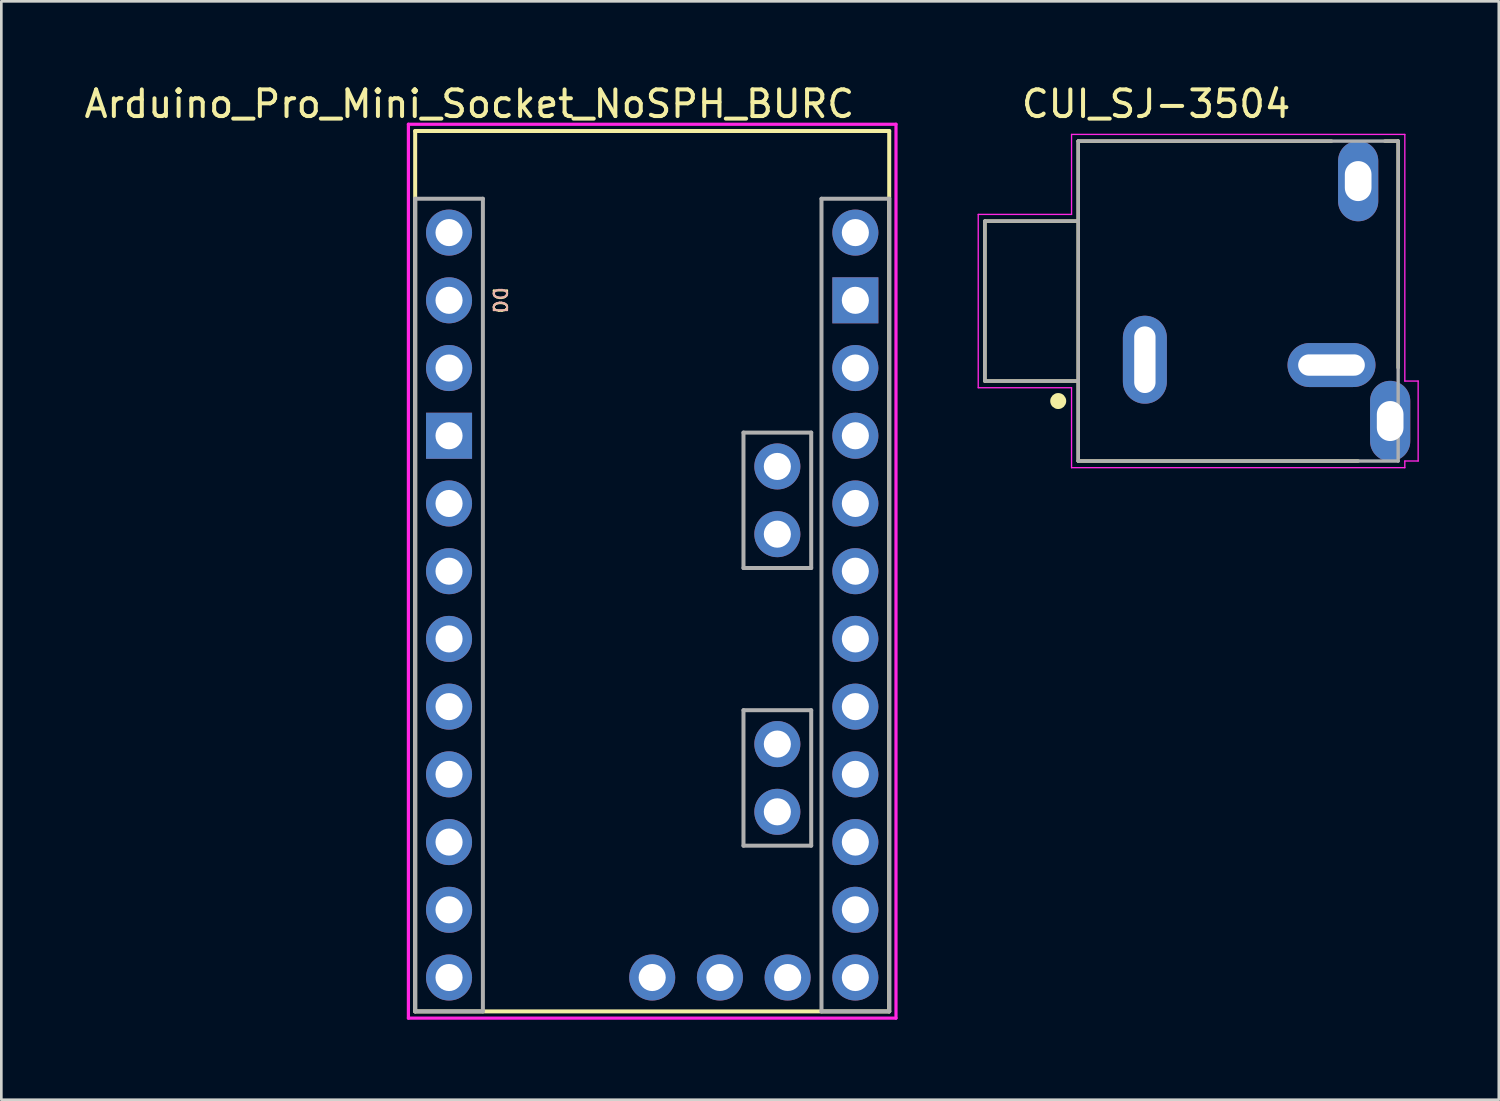
<source format=kicad_pcb>
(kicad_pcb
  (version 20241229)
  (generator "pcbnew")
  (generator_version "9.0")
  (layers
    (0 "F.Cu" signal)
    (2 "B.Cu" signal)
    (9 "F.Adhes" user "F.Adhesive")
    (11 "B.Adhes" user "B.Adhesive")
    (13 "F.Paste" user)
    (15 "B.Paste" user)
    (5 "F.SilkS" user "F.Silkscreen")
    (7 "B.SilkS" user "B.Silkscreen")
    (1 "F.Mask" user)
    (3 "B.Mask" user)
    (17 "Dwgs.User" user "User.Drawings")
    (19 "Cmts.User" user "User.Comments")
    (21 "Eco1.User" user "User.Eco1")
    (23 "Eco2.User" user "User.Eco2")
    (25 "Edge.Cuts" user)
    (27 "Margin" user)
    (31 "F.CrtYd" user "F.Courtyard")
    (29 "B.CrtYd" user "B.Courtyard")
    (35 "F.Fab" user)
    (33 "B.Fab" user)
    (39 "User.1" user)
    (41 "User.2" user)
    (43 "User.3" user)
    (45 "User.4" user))
  (footprint "CUI_SJ-3504"
    (layer "F.Cu")
    (at 43.391 8.242)
    (property "Reference" "CUI_SJ-3504" (at -3.078 -7.393 0) (layer "F.SilkS") (effects (font (size 1.001 1.001) (thickness 0.15))))
    (attr through_hole)
    (fp_line (start -9.5 -3) (end -9.5 3) (stroke (width 0.127) (type solid)) (layer "F.SilkS"))
    (fp_line (start -9.5 3) (end -6 3) (stroke (width 0.127) (type solid)) (layer "F.SilkS"))
    (fp_line (start -6 -6) (end 3.5 -6) (stroke (width 0.127) (type solid)) (layer "F.SilkS"))
    (fp_line (start -6 -3) (end -9.5 -3) (stroke (width 0.127) (type solid)) (layer "F.SilkS"))
    (fp_line (start -6 -3) (end -6 -6) (stroke (width 0.127) (type solid)) (layer "F.SilkS"))
    (fp_line (start -6 3) (end -6 -3) (stroke (width 0.127) (type solid)) (layer "F.SilkS"))
    (fp_line (start -6 6) (end -6 3) (stroke (width 0.127) (type solid)) (layer "F.SilkS"))
    (fp_line (start 4.5 6) (end -6 6) (stroke (width 0.127) (type solid)) (layer "F.SilkS"))
    (fp_line (start 5.5 -6) (end 6 -6) (stroke (width 0.127) (type solid)) (layer "F.SilkS"))
    (fp_line (start 6 -6) (end 6 2.5) (stroke (width 0.127) (type solid)) (layer "F.SilkS"))
    (fp_circle (center -6.75 3.75) (end -6.6 3.75) (stroke (width 0.3) (type solid)) (fill no) (layer "F.SilkS"))
    (fp_line (start -9.75 -3.25) (end -6.25 -3.25) (stroke (width 0.05) (type solid)) (layer "F.CrtYd"))
    (fp_line (start -9.75 3.25) (end -9.75 -3.25) (stroke (width 0.05) (type solid)) (layer "F.CrtYd"))
    (fp_line (start -6.25 -6.25) (end 6.25 -6.25) (stroke (width 0.05) (type solid)) (layer "F.CrtYd"))
    (fp_line (start -6.25 -3.25) (end -6.25 -6.25) (stroke (width 0.05) (type solid)) (layer "F.CrtYd"))
    (fp_line (start -6.25 3.25) (end -9.75 3.25) (stroke (width 0.05) (type solid)) (layer "F.CrtYd"))
    (fp_line (start -6.25 6.25) (end -6.25 3.25) (stroke (width 0.05) (type solid)) (layer "F.CrtYd"))
    (fp_line (start 6.25 -6.25) (end 6.25 3) (stroke (width 0.05) (type solid)) (layer "F.CrtYd"))
    (fp_line (start 6.25 3) (end 6.75 3) (stroke (width 0.05) (type solid)) (layer "F.CrtYd"))
    (fp_line (start 6.25 6) (end 6.25 6.25) (stroke (width 0.05) (type solid)) (layer "F.CrtYd"))
    (fp_line (start 6.25 6.25) (end -6.25 6.25) (stroke (width 0.05) (type solid)) (layer "F.CrtYd"))
    (fp_line (start 6.75 3) (end 6.75 6) (stroke (width 0.05) (type solid)) (layer "F.CrtYd"))
    (fp_line (start 6.75 6) (end 6.25 6) (stroke (width 0.05) (type solid)) (layer "F.CrtYd"))
    (fp_line (start -9.5 -3) (end -9.5 3) (stroke (width 0.127) (type solid)) (layer "F.Fab"))
    (fp_line (start -9.5 3) (end -6 3) (stroke (width 0.127) (type solid)) (layer "F.Fab"))
    (fp_line (start -6 -6) (end -6 -3) (stroke (width 0.127) (type solid)) (layer "F.Fab"))
    (fp_line (start -6 -3) (end -9.5 -3) (stroke (width 0.127) (type solid)) (layer "F.Fab"))
    (fp_line (start -6 -3) (end -6 3) (stroke (width 0.127) (type solid)) (layer "F.Fab"))
    (fp_line (start -6 3) (end -6 6) (stroke (width 0.127) (type solid)) (layer "F.Fab"))
    (fp_line (start -6 6) (end 6 6) (stroke (width 0.127) (type solid)) (layer "F.Fab"))
    (fp_line (start 6 -6) (end -6 -6) (stroke (width 0.127) (type solid)) (layer "F.Fab"))
    (fp_line (start 6 6) (end 6 -6) (stroke (width 0.127) (type solid)) (layer "F.Fab"))
    (pad "1" thru_hole oval (at -3.5 2.2) (size 1.65 3.3) (drill oval 0.8 2.5) (layers "*.Cu" "*.Mask"))
    (pad "2" thru_hole oval (at 5.7 4.5) (size 1.508 3.016) (drill oval 1 1.5) (layers "*.Cu" "*.Mask"))
    (pad "3" thru_hole oval (at 3.5 2.4) (size 3.3 1.65) (drill oval 2.5 0.8) (layers "*.Cu" "*.Mask"))
    (pad "5" thru_hole oval (at 4.5 -4.5) (size 1.508 3.016) (drill oval 1 1.5) (layers "*.Cu" "*.Mask")))
  (footprint "Arduino_Pro_Mini_Socket_NoSPH_BURC"
    (layer "F.Cu")
    (at 21.412 18.374)
    (property "Reference" "Arduino_Pro_Mini_Socket_NoSPH_BURC" (at -6.858 -17.526 0) (layer "F.SilkS") (effects (font (size 1 1) (thickness 0.15))))
    (attr through_hole)
    (fp_line (start -8.89 -16.51) (end -8.89 16.51) (stroke (width 0.15) (type solid)) (layer "F.SilkS"))
    (fp_line (start 8.89 -16.51) (end -8.89 -16.51) (stroke (width 0.15) (type solid)) (layer "F.SilkS"))
    (fp_line (start 8.89 -16.51) (end 8.89 16.51) (stroke (width 0.15) (type solid)) (layer "F.SilkS"))
    (fp_line (start 8.89 16.51) (end -8.89 16.51) (stroke (width 0.15) (type solid)) (layer "F.SilkS"))
    (fp_line (start -9.144 -16.764) (end 9.144 -16.764) (stroke (width 0.12) (type solid)) (layer "F.CrtYd"))
    (fp_line (start -9.144 16.764) (end -9.144 -16.764) (stroke (width 0.12) (type solid)) (layer "F.CrtYd"))
    (fp_line (start 9.144 -16.764) (end 9.144 16.764) (stroke (width 0.12) (type solid)) (layer "F.CrtYd"))
    (fp_line (start 9.144 16.764) (end -9.144 16.764) (stroke (width 0.12) (type solid)) (layer "F.CrtYd"))
    (fp_line (start -8.89 -13.97) (end -8.89 16.51) (stroke (width 0.15) (type solid)) (layer "F.Fab"))
    (fp_line (start -8.89 -13.97) (end -6.35 -13.97) (stroke (width 0.15) (type solid)) (layer "F.Fab"))
    (fp_line (start -8.89 16.51) (end -6.35 16.51) (stroke (width 0.15) (type solid)) (layer "F.Fab"))
    (fp_line (start -6.35 -13.97) (end -6.35 16.51) (stroke (width 0.15) (type solid)) (layer "F.Fab"))
    (fp_line (start 3.424 -5.199) (end 3.424 -0.119) (stroke (width 0.15) (type solid)) (layer "F.Fab"))
    (fp_line (start 3.424 -0.119) (end 5.964 -0.119) (stroke (width 0.15) (type solid)) (layer "F.Fab"))
    (fp_line (start 3.424 5.214) (end 3.424 10.295) (stroke (width 0.15) (type solid)) (layer "F.Fab"))
    (fp_line (start 5.964 -5.199) (end 3.424 -5.199) (stroke (width 0.15) (type solid)) (layer "F.Fab"))
    (fp_line (start 5.964 -5.199) (end 5.964 -0.119) (stroke (width 0.15) (type solid)) (layer "F.Fab"))
    (fp_line (start 5.964 5.214) (end 3.424 5.214) (stroke (width 0.15) (type solid)) (layer "F.Fab"))
    (fp_line (start 5.964 5.214) (end 5.964 10.295) (stroke (width 0.15) (type solid)) (layer "F.Fab"))
    (fp_line (start 5.964 10.295) (end 3.424 10.295) (stroke (width 0.15) (type solid)) (layer "F.Fab"))
    (fp_line (start 6.35 -13.97) (end 6.35 16.51) (stroke (width 0.15) (type solid)) (layer "F.Fab"))
    (fp_line (start 6.35 -13.97) (end 8.89 -13.97) (stroke (width 0.15) (type solid)) (layer "F.Fab"))
    (fp_line (start 6.35 16.51) (end 8.89 16.51) (stroke (width 0.15) (type solid)) (layer "F.Fab"))
    (fp_line (start 8.89 -13.97) (end 8.89 16.51) (stroke (width 0.15) (type solid)) (layer "F.Fab"))
    (fp_text user "D0" (at -5.715 -10.16 270) (unlocked yes) (layer "F.SilkS") (effects (font (size 0.5 0.5) (thickness 0.075))))
    (fp_text user "D0" (at -5.715 -10.16 270) (unlocked yes) (layer "B.SilkS") (effects (font (size 0.5 0.5) (thickness 0.075)) (justify mirror)))
    (pad "A0" thru_hole circle (at 7.62 5.08) (size 1.727 1.727) (drill 1.016) (layers "*.Cu" "*.Mask"))
    (pad "A1" thru_hole circle (at 7.62 2.54) (size 1.727 1.727) (drill 1.016) (layers "*.Cu" "*.Mask"))
    (pad "A2" thru_hole circle (at 7.62 0) (size 1.727 1.727) (drill 1.016) (layers "*.Cu" "*.Mask"))
    (pad "A3" thru_hole circle (at 7.62 -2.54) (size 1.727 1.727) (drill 1.016) (layers "*.Cu" "*.Mask"))
    (pad "A4" thru_hole circle (at 4.694 -1.389) (size 1.727 1.727) (drill 1.016) (layers "*.Cu" "*.Mask"))
    (pad "A5" thru_hole circle (at 4.694 -3.929) (size 1.727 1.727) (drill 1.016) (layers "*.Cu" "*.Mask"))
    (pad "A6" thru_hole circle (at 2.54 15.24) (size 1.727 1.727) (drill 1.016) (layers "*.Cu" "*.Mask"))
    (pad "A6" thru_hole circle (at 4.694 9.025) (size 1.727 1.727) (drill 1.016) (layers "*.Cu" "*.Mask"))
    (pad "A7" thru_hole circle (at 4.694 6.484) (size 1.727 1.727) (drill 1.016) (layers "*.Cu" "*.Mask"))
    (pad "A7" thru_hole circle (at 5.08 15.24) (size 1.727 1.727) (drill 1.016) (layers "*.Cu" "*.Mask"))
    (pad "D0" thru_hole circle (at -7.62 -10.16) (size 1.727 1.727) (drill 1.016) (layers "*.Cu" "*.Mask"))
    (pad "D1" thru_hole circle (at -7.62 -12.7) (size 1.727 1.727) (drill 1.016) (layers "*.Cu" "*.Mask"))
    (pad "D2" thru_hole circle (at -7.62 -2.54) (size 1.727 1.727) (drill 1.016) (layers "*.Cu" "*.Mask"))
    (pad "D3" thru_hole circle (at -7.62 0) (size 1.727 1.727) (drill 1.016) (layers "*.Cu" "*.Mask"))
    (pad "D4" thru_hole circle (at -7.62 2.54) (size 1.727 1.727) (drill 1.016) (layers "*.Cu" "*.Mask"))
    (pad "D5" thru_hole circle (at -7.62 5.08) (size 1.727 1.727) (drill 1.016) (layers "*.Cu" "*.Mask"))
    (pad "D6" thru_hole circle (at -7.62 7.62) (size 1.727 1.727) (drill 1.016) (layers "*.Cu" "*.Mask"))
    (pad "D7" thru_hole circle (at -7.62 10.16) (size 1.727 1.727) (drill 1.016) (layers "*.Cu" "*.Mask"))
    (pad "D8" thru_hole circle (at -7.62 12.7) (size 1.727 1.727) (drill 1.016) (layers "*.Cu" "*.Mask"))
    (pad "D9" thru_hole circle (at -7.62 15.24) (size 1.727 1.727) (drill 1.016) (layers "*.Cu" "*.Mask"))
    (pad "D10" thru_hole circle (at 7.62 15.24) (size 1.727 1.727) (drill 1.016) (layers "*.Cu" "*.Mask"))
    (pad "D11" thru_hole circle (at 7.62 12.7) (size 1.727 1.727) (drill 1.016) (layers "*.Cu" "*.Mask"))
    (pad "D12" thru_hole circle (at 7.62 10.16) (size 1.727 1.727) (drill 1.016) (layers "*.Cu" "*.Mask"))
    (pad "D13" thru_hole circle (at 7.62 7.62) (size 1.727 1.727) (drill 1.016) (layers "*.Cu" "*.Mask"))
    (pad "GND1" thru_hole rect (at -7.62 -5.08) (size 1.727 1.727) (drill 1.016) (layers "*.Cu" "*.Mask"))
    (pad "GND2" thru_hole circle (at 0 15.24) (size 1.727 1.727) (drill 1.016) (layers "*.Cu" "*.Mask"))
    (pad "GND2" thru_hole rect (at 7.62 -10.16) (size 1.727 1.727) (drill 1.016) (layers "*.Cu" "*.Mask"))
    (pad "RAW" thru_hole circle (at 7.62 -12.7) (size 1.727 1.727) (drill 1.016) (layers "*.Cu" "*.Mask"))
    (pad "RST1" thru_hole circle (at -7.62 -7.62) (size 1.727 1.727) (drill 1.016) (layers "*.Cu" "*.Mask"))
    (pad "RST2" thru_hole circle (at 7.62 -7.62) (size 1.727 1.727) (drill 1.016) (layers "*.Cu" "*.Mask"))
    (pad "Vcc1" thru_hole circle (at 7.62 -5.08) (size 1.727 1.727) (drill 1.016) (layers "*.Cu" "*.Mask")))
  (gr_rect
    (start -3 -3)
    (end 53.166 38.198)
    (stroke (width 0.1) (type default))
    (fill no)
    (layer "Edge.Cuts")))
</source>
